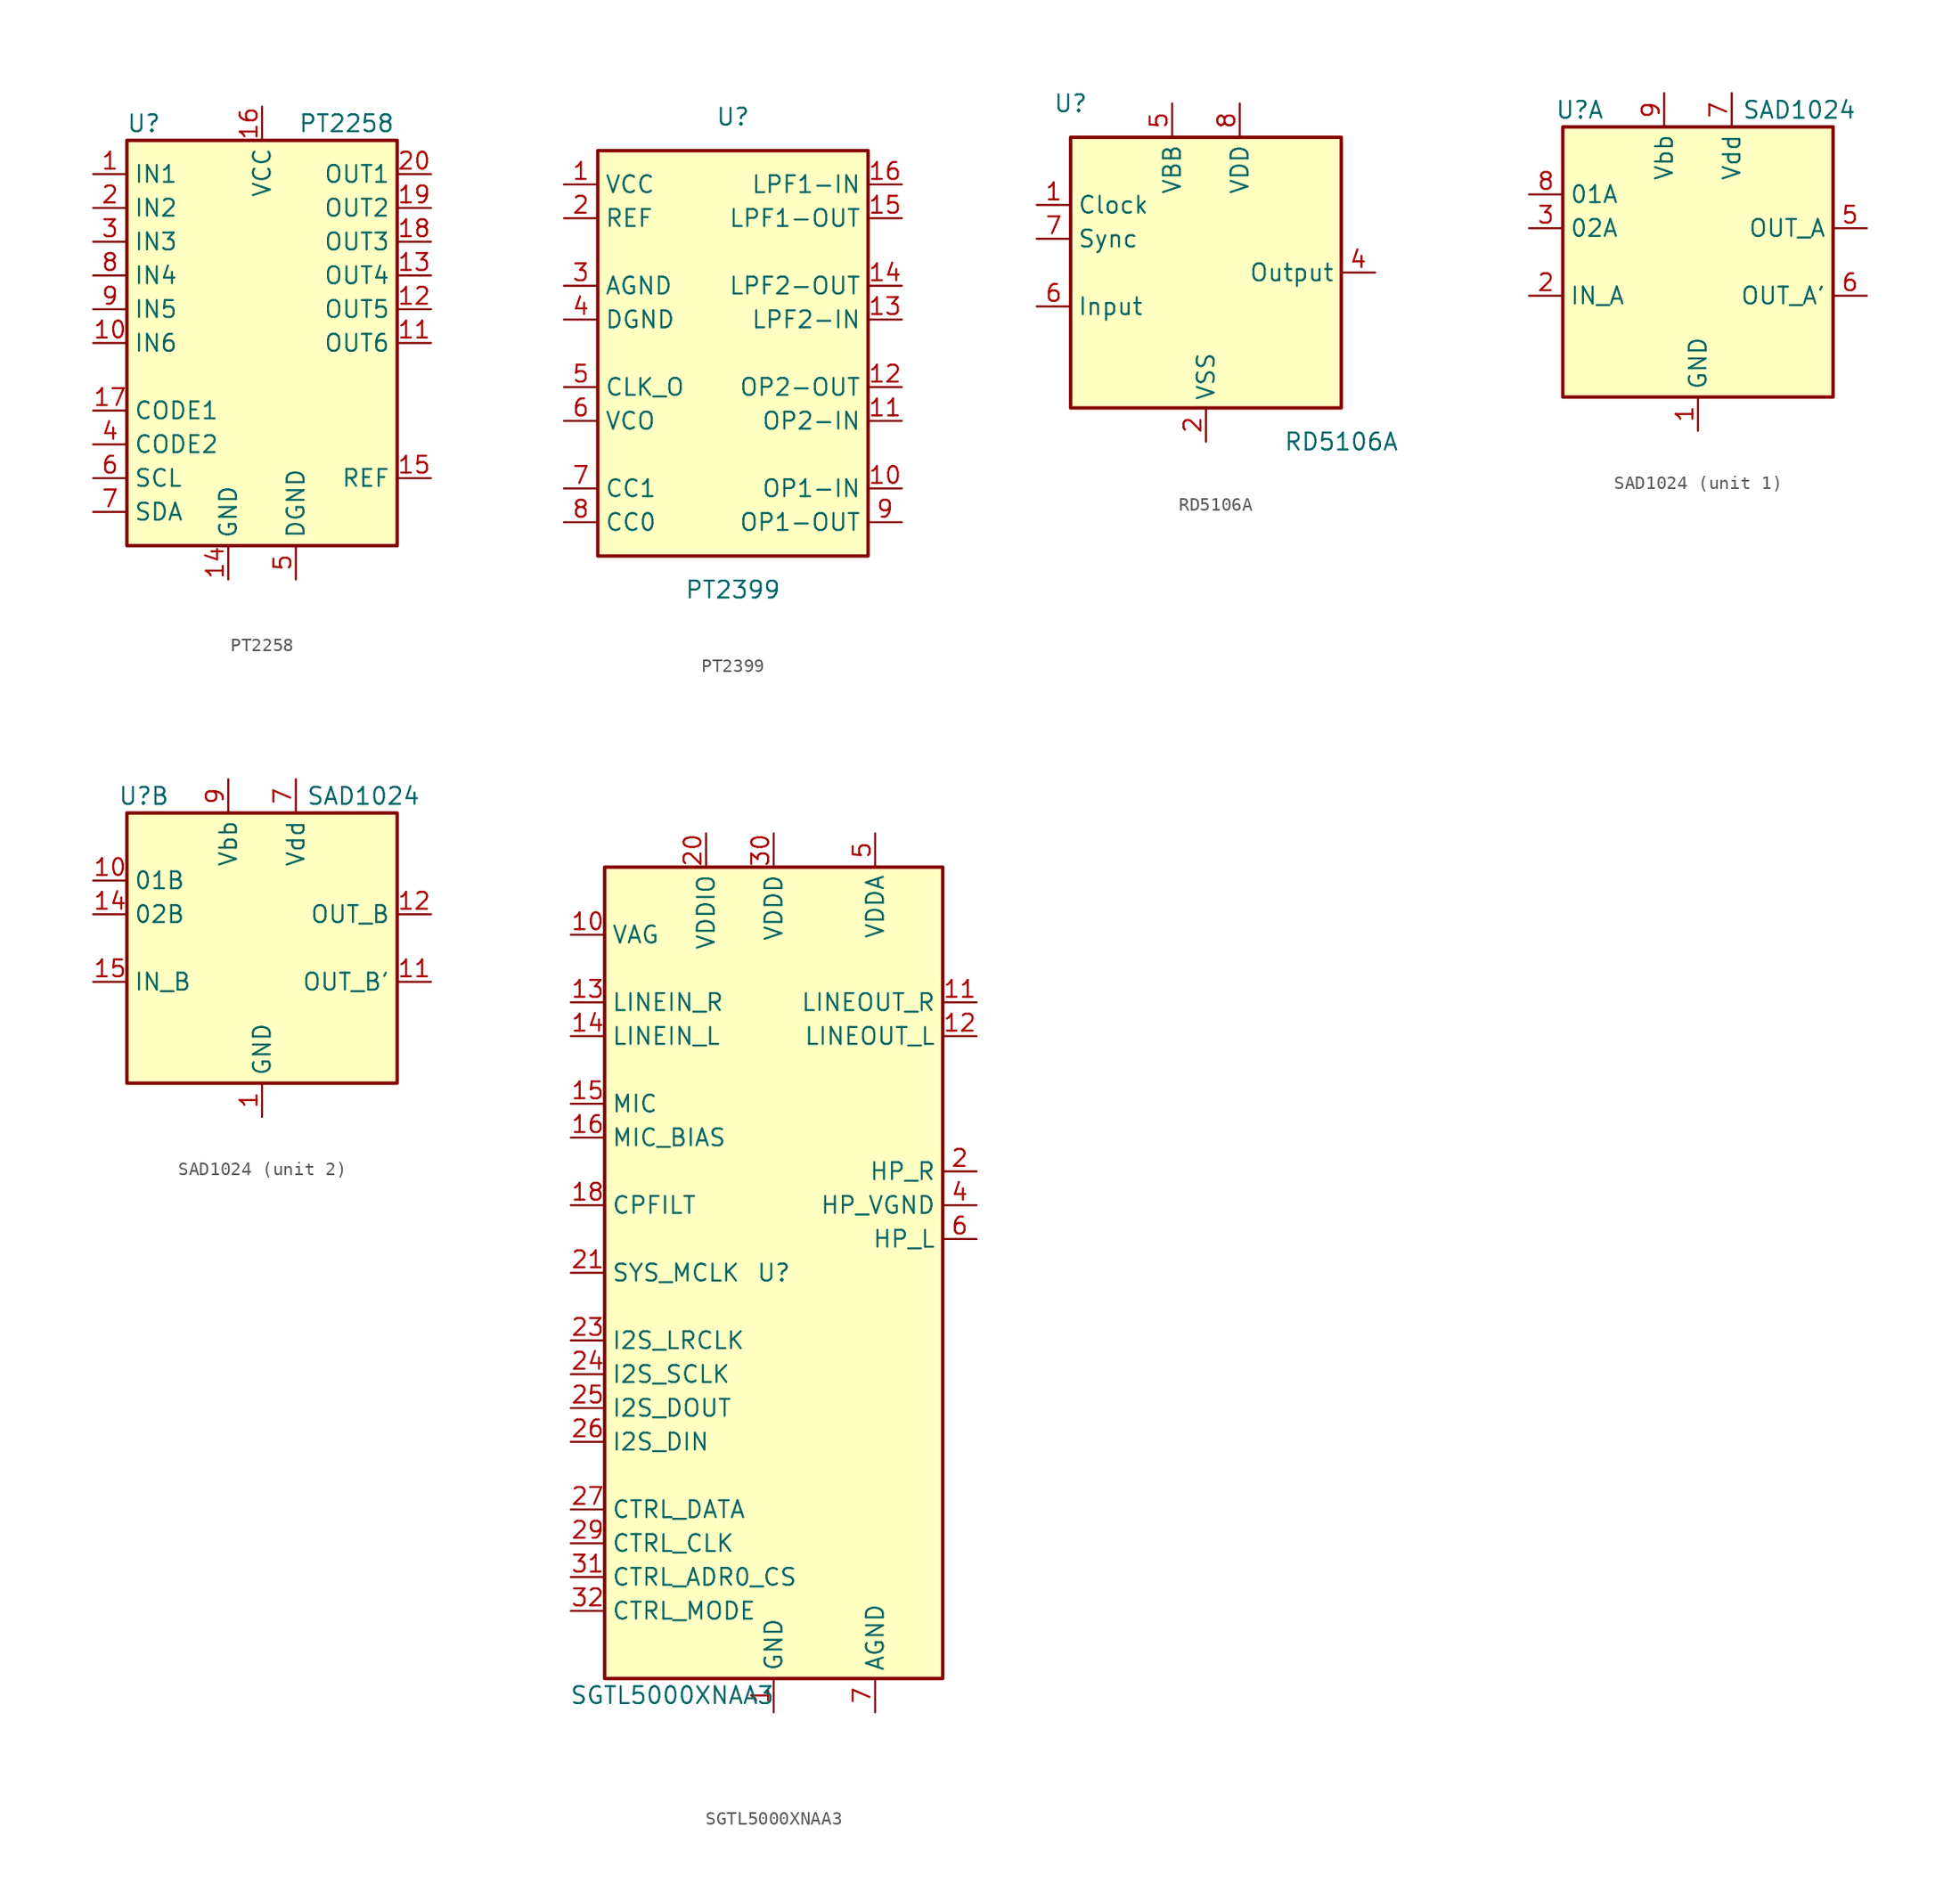
<source format=kicad_sym>
(kicad_symbol_lib
  (version 20241209)
  (generator "kicad_symbol_editor")
  (generator_version "9.0")
  (symbol "PT2258"
    (property "Reference" "U"
      (at -8.89 16.51 0)
      (effects (font (size 1.27 1.27))))
    (property "Value" "PT2258"
      (at 6.35 16.51 0)
      (effects (font (size 1.27 1.27))))
    (symbol "PT2258_0_1"
      (rectangle (start -10.16 15.24) (end 10.16 -15.24) (stroke (width 0.254) (type solid)) (fill (type background))))
    (symbol "PT2258_1_1"
      (pin input line (at -12.7 12.7 0) (length 2.54) (name "IN1" (effects (font (size 1.27 1.27)))) (number "1" (effects (font (size 1.27 1.27)))))
      (pin input line (at -12.7 10.16 0) (length 2.54) (name "IN2" (effects (font (size 1.27 1.27)))) (number "2" (effects (font (size 1.27 1.27)))))
      (pin input line (at -12.7 7.62 0) (length 2.54) (name "IN3" (effects (font (size 1.27 1.27)))) (number "3" (effects (font (size 1.27 1.27)))))
      (pin input line (at -12.7 5.08 0) (length 2.54) (name "IN4" (effects (font (size 1.27 1.27)))) (number "8" (effects (font (size 1.27 1.27)))))
      (pin input line (at -12.7 2.54 0) (length 2.54) (name "IN5" (effects (font (size 1.27 1.27)))) (number "9" (effects (font (size 1.27 1.27)))))
      (pin input line (at -12.7 0 0) (length 2.54) (name "IN6" (effects (font (size 1.27 1.27)))) (number "10" (effects (font (size 1.27 1.27)))))
      (pin input line (at -12.7 -5.08 0) (length 2.54) (name "CODE1" (effects (font (size 1.27 1.27)))) (number "17" (effects (font (size 1.27 1.27)))))
      (pin input line (at -12.7 -7.62 0) (length 2.54) (name "CODE2" (effects (font (size 1.27 1.27)))) (number "4" (effects (font (size 1.27 1.27)))))
      (pin bidirectional line (at -12.7 -10.16 0) (length 2.54) (name "SCL" (effects (font (size 1.27 1.27)))) (number "6" (effects (font (size 1.27 1.27)))))
      (pin bidirectional line (at -12.7 -12.7 0) (length 2.54) (name "SDA" (effects (font (size 1.27 1.27)))) (number "7" (effects (font (size 1.27 1.27)))))
      (pin power_in line (at -2.54 -17.78 90) (length 2.54) (name "GND" (effects (font (size 1.27 1.27)))) (number "14" (effects (font (size 1.27 1.27)))))
      (pin power_in line (at 0 17.78 270) (length 2.54) (name "VCC" (effects (font (size 1.27 1.27)))) (number "16" (effects (font (size 1.27 1.27)))))
      (pin power_in line (at 2.54 -17.78 90) (length 2.54) (name "DGND" (effects (font (size 1.27 1.27)))) (number "5" (effects (font (size 1.27 1.27)))))
      (pin output line (at 12.7 12.7 180) (length 2.54) (name "OUT1" (effects (font (size 1.27 1.27)))) (number "20" (effects (font (size 1.27 1.27)))))
      (pin output line (at 12.7 10.16 180) (length 2.54) (name "OUT2" (effects (font (size 1.27 1.27)))) (number "19" (effects (font (size 1.27 1.27)))))
      (pin output line (at 12.7 7.62 180) (length 2.54) (name "OUT3" (effects (font (size 1.27 1.27)))) (number "18" (effects (font (size 1.27 1.27)))))
      (pin output line (at 12.7 5.08 180) (length 2.54) (name "OUT4" (effects (font (size 1.27 1.27)))) (number "13" (effects (font (size 1.27 1.27)))))
      (pin output line (at 12.7 2.54 180) (length 2.54) (name "OUT5" (effects (font (size 1.27 1.27)))) (number "12" (effects (font (size 1.27 1.27)))))
      (pin output line (at 12.7 0 180) (length 2.54) (name "OUT6" (effects (font (size 1.27 1.27)))) (number "11" (effects (font (size 1.27 1.27)))))
      (pin output line (at 12.7 -10.16 180) (length 2.54) (name "REF" (effects (font (size 1.27 1.27)))) (number "15" (effects (font (size 1.27 1.27)))))))
  (symbol "PT2399"
    (property "Reference" "U"
      (at 0 17.78 0)
      (effects (font (size 1.27 1.27))))
    (property "Value" "PT2399"
      (at 0 -17.78 0)
      (effects (font (size 1.27 1.27))))
    (symbol "PT2399_0_1"
      (rectangle (start -10.16 15.24) (end 10.16 -15.24) (stroke (width 0.254) (type default)) (fill (type background))))
    (symbol "PT2399_1_1"
      (pin power_in line (at -12.7 12.7 0) (length 2.54) (name "VCC" (effects (font (size 1.27 1.27)))) (number "1" (effects (font (size 1.27 1.27)))))
      (pin passive line (at -12.7 10.16 0) (length 2.54) (name "REF" (effects (font (size 1.27 1.27)))) (number "2" (effects (font (size 1.27 1.27)))))
      (pin power_in line (at -12.7 5.08 0) (length 2.54) (name "AGND" (effects (font (size 1.27 1.27)))) (number "3" (effects (font (size 1.27 1.27)))))
      (pin power_in line (at -12.7 2.54 0) (length 2.54) (name "DGND" (effects (font (size 1.27 1.27)))) (number "4" (effects (font (size 1.27 1.27)))))
      (pin passive line (at -12.7 -2.54 0) (length 2.54) (name "CLK_O" (effects (font (size 1.27 1.27)))) (number "5" (effects (font (size 1.27 1.27)))))
      (pin passive line (at -12.7 -5.08 0) (length 2.54) (name "VCO" (effects (font (size 1.27 1.27)))) (number "6" (effects (font (size 1.27 1.27)))))
      (pin passive line (at -12.7 -10.16 0) (length 2.54) (name "CC1" (effects (font (size 1.27 1.27)))) (number "7" (effects (font (size 1.27 1.27)))))
      (pin passive line (at -12.7 -12.7 0) (length 2.54) (name "CC0" (effects (font (size 1.27 1.27)))) (number "8" (effects (font (size 1.27 1.27)))))
      (pin input line (at 12.7 12.7 180) (length 2.54) (name "LPF1-IN" (effects (font (size 1.27 1.27)))) (number "16" (effects (font (size 1.27 1.27)))))
      (pin output line (at 12.7 10.16 180) (length 2.54) (name "LPF1-OUT" (effects (font (size 1.27 1.27)))) (number "15" (effects (font (size 1.27 1.27)))))
      (pin output line (at 12.7 5.08 180) (length 2.54) (name "LPF2-OUT" (effects (font (size 1.27 1.27)))) (number "14" (effects (font (size 1.27 1.27)))))
      (pin input line (at 12.7 2.54 180) (length 2.54) (name "LPF2-IN" (effects (font (size 1.27 1.27)))) (number "13" (effects (font (size 1.27 1.27)))))
      (pin output line (at 12.7 -2.54 180) (length 2.54) (name "OP2-OUT" (effects (font (size 1.27 1.27)))) (number "12" (effects (font (size 1.27 1.27)))))
      (pin input line (at 12.7 -5.08 180) (length 2.54) (name "OP2-IN" (effects (font (size 1.27 1.27)))) (number "11" (effects (font (size 1.27 1.27)))))
      (pin input line (at 12.7 -10.16 180) (length 2.54) (name "OP1-IN" (effects (font (size 1.27 1.27)))) (number "10" (effects (font (size 1.27 1.27)))))
      (pin output line (at 12.7 -12.7 180) (length 2.54) (name "OP1-OUT" (effects (font (size 1.27 1.27)))) (number "9" (effects (font (size 1.27 1.27)))))))
  (symbol "RD5106A"
    (property "Reference" "U"
      (at -10.16 12.7 0)
      (effects (font (size 1.27 1.27))))
    (property "Value" "RD5106A"
      (at 10.16 -12.7 0)
      (effects (font (size 1.27 1.27))))
    (symbol "RD5106A_0_1"
      (rectangle (start -10.16 10.16) (end 10.16 -10.16) (stroke (width 0.254) (type default)) (fill (type background))))
    (symbol "RD5106A_1_1"
      (pin input line (at -12.7 5.08 0) (length 2.54) (name "Clock" (effects (font (size 1.27 1.27)))) (number "1" (effects (font (size 1.27 1.27)))))
      (pin input line (at -12.7 2.54 0) (length 2.54) (name "Sync" (effects (font (size 1.27 1.27)))) (number "7" (effects (font (size 1.27 1.27)))))
      (pin input line (at -12.7 -2.54 0) (length 2.54) (name "Input" (effects (font (size 1.27 1.27)))) (number "6" (effects (font (size 1.27 1.27)))))
      (pin no_connect line (at -10.16 -7.62 0) (length 2.54) (hide yes) (name "NC" (effects (font (size 1.27 1.27)))) (number "3" (effects (font (size 1.27 1.27)))))
      (pin power_in line (at -2.54 12.7 270) (length 2.54) (name "VBB" (effects (font (size 1.27 1.27)))) (number "5" (effects (font (size 1.27 1.27)))))
      (pin power_in line (at 0 -12.7 90) (length 2.54) (name "VSS" (effects (font (size 1.27 1.27)))) (number "2" (effects (font (size 1.27 1.27)))))
      (pin power_in line (at 2.54 12.7 270) (length 2.54) (name "VDD" (effects (font (size 1.27 1.27)))) (number "8" (effects (font (size 1.27 1.27)))))
      (pin output line (at 12.7 0 180) (length 2.54) (name "Output" (effects (font (size 1.27 1.27)))) (number "4" (effects (font (size 1.27 1.27)))))))
  (symbol "SAD1024"
    (property "Reference" "U"
      (at -8.89 11.43 0)
      (effects (font (size 1.27 1.27))))
    (property "Value" "SAD1024"
      (at 7.62 11.43 0)
      (effects (font (size 1.27 1.27))))
    (symbol "SAD1024_0_1"
      (rectangle (start -10.16 10.16) (end 10.16 -10.16) (stroke (width 0.254) (type default)) (fill (type background)))
      (pin no_connect line (at -7.62 -10.16 90) (length 2.54) (hide yes) (name "NC" (effects (font (size 1.27 1.27)))) (number "4" (effects (font (size 1.27 1.27)))))
      (pin no_connect line (at -5.08 -10.16 90) (length 2.54) (hide yes) (name "NC" (effects (font (size 1.27 1.27)))) (number "13" (effects (font (size 1.27 1.27)))))
      (pin power_in line (at -2.54 12.7 270) (length 2.54) (name "Vbb" (effects (font (size 1.27 1.27)))) (number "9" (effects (font (size 1.27 1.27)))))
      (pin no_connect line (at -2.54 -10.16 90) (length 2.54) (hide yes) (name "NC" (effects (font (size 1.27 1.27)))) (number "16" (effects (font (size 1.27 1.27)))))
      (pin power_in line (at 0 -12.7 90) (length 2.54) (name "GND" (effects (font (size 1.27 1.27)))) (number "1" (effects (font (size 1.27 1.27)))))
      (pin power_in line (at 2.54 12.7 270) (length 2.54) (name "Vdd" (effects (font (size 1.27 1.27)))) (number "7" (effects (font (size 1.27 1.27))))))
    (symbol "SAD1024_1_1"
      (pin input line (at -12.7 5.08 0) (length 2.54) (name "01A" (effects (font (size 1.27 1.27)))) (number "8" (effects (font (size 1.27 1.27)))))
      (pin input line (at -12.7 2.54 0) (length 2.54) (name "02A" (effects (font (size 1.27 1.27)))) (number "3" (effects (font (size 1.27 1.27)))))
      (pin input line (at -12.7 -2.54 0) (length 2.54) (name "IN_A" (effects (font (size 1.27 1.27)))) (number "2" (effects (font (size 1.27 1.27)))))
      (pin output line (at 12.7 2.54 180) (length 2.54) (name "OUT_A" (effects (font (size 1.27 1.27)))) (number "5" (effects (font (size 1.27 1.27)))))
      (pin output line (at 12.7 -2.54 180) (length 2.54) (name "OUT_A'" (effects (font (size 1.27 1.27)))) (number "6" (effects (font (size 1.27 1.27))))))
    (symbol "SAD1024_2_1"
      (pin input line (at -12.7 5.08 0) (length 2.54) (name "01B" (effects (font (size 1.27 1.27)))) (number "10" (effects (font (size 1.27 1.27)))))
      (pin input line (at -12.7 2.54 0) (length 2.54) (name "02B" (effects (font (size 1.27 1.27)))) (number "14" (effects (font (size 1.27 1.27)))))
      (pin input line (at -12.7 -2.54 0) (length 2.54) (name "IN_B" (effects (font (size 1.27 1.27)))) (number "15" (effects (font (size 1.27 1.27)))))
      (pin output line (at 12.7 2.54 180) (length 2.54) (name "OUT_B" (effects (font (size 1.27 1.27)))) (number "12" (effects (font (size 1.27 1.27)))))
      (pin output line (at 12.7 -2.54 180) (length 2.54) (name "OUT_B'" (effects (font (size 1.27 1.27)))) (number "11" (effects (font (size 1.27 1.27)))))))
  (symbol "SGTL5000XNAA3"
    (property "Reference" "U"
      (at 0 0 0)
      (effects (font (size 1.27 1.27))))
    (property "Value" "SGTL5000XNAA3"
      (at -7.62 -31.75 0)
      (effects (font (size 1.27 1.27))))
    (symbol "SGTL5000XNAA3_0_1"
      (rectangle (start -12.7 30.48) (end 12.7 -30.48) (stroke (width 0.254) (type default)) (fill (type background))))
    (symbol "SGTL5000XNAA3_1_1"
      (pin passive line (at -15.24 25.4 0) (length 2.54) (name "VAG" (effects (font (size 1.27 1.27)))) (number "10" (effects (font (size 1.27 1.27)))))
      (pin input line (at -15.24 20.32 0) (length 2.54) (name "LINEIN_R" (effects (font (size 1.27 1.27)))) (number "13" (effects (font (size 1.27 1.27)))))
      (pin input line (at -15.24 17.78 0) (length 2.54) (name "LINEIN_L" (effects (font (size 1.27 1.27)))) (number "14" (effects (font (size 1.27 1.27)))))
      (pin input line (at -15.24 12.7 0) (length 2.54) (name "MIC" (effects (font (size 1.27 1.27)))) (number "15" (effects (font (size 1.27 1.27)))))
      (pin input line (at -15.24 10.16 0) (length 2.54) (name "MIC_BIAS" (effects (font (size 1.27 1.27)))) (number "16" (effects (font (size 1.27 1.27)))))
      (pin input line (at -15.24 5.08 0) (length 2.54) (name "CPFILT" (effects (font (size 1.27 1.27)))) (number "18" (effects (font (size 1.27 1.27)))))
      (pin input line (at -15.24 0 0) (length 2.54) (name "SYS_MCLK" (effects (font (size 1.27 1.27)))) (number "21" (effects (font (size 1.27 1.27)))))
      (pin input line (at -15.24 -5.08 0) (length 2.54) (name "I2S_LRCLK" (effects (font (size 1.27 1.27)))) (number "23" (effects (font (size 1.27 1.27)))))
      (pin input line (at -15.24 -7.62 0) (length 2.54) (name "I2S_SCLK" (effects (font (size 1.27 1.27)))) (number "24" (effects (font (size 1.27 1.27)))))
      (pin output line (at -15.24 -10.16 0) (length 2.54) (name "I2S_DOUT" (effects (font (size 1.27 1.27)))) (number "25" (effects (font (size 1.27 1.27)))))
      (pin input line (at -15.24 -12.7 0) (length 2.54) (name "I2S_DIN" (effects (font (size 1.27 1.27)))) (number "26" (effects (font (size 1.27 1.27)))))
      (pin input line (at -15.24 -17.78 0) (length 2.54) (name "CTRL_DATA" (effects (font (size 1.27 1.27)))) (number "27" (effects (font (size 1.27 1.27)))))
      (pin input line (at -15.24 -20.32 0) (length 2.54) (name "CTRL_CLK" (effects (font (size 1.27 1.27)))) (number "29" (effects (font (size 1.27 1.27)))))
      (pin input line (at -15.24 -22.86 0) (length 2.54) (name "CTRL_ADR0_CS" (effects (font (size 1.27 1.27)))) (number "31" (effects (font (size 1.27 1.27)))))
      (pin input line (at -15.24 -25.4 0) (length 2.54) (name "CTRL_MODE" (effects (font (size 1.27 1.27)))) (number "32" (effects (font (size 1.27 1.27)))))
      (pin power_in line (at -5.08 33.02 270) (length 2.54) (name "VDDIO" (effects (font (size 1.27 1.27)))) (number "20" (effects (font (size 1.27 1.27)))))
      (pin power_in line (at 0 33.02 270) (length 2.54) (name "VDDD" (effects (font (size 1.27 1.27)))) (number "30" (effects (font (size 1.27 1.27)))))
      (pin power_in line (at 0 -33.02 90) (length 2.54) (name "GND" (effects (font (size 1.27 1.27)))) (number "1" (effects (font (size 1.27 1.27)))))
      (pin passive line (at 0 -33.02 90) (length 2.54) (hide yes) (name "GND" (effects (font (size 1.27 1.27)))) (number "3" (effects (font (size 1.27 1.27)))))
      (pin passive line (at 0 -33.02 90) (length 2.54) (hide yes) (name "GND" (effects (font (size 1.27 1.27)))) (number "33" (effects (font (size 1.27 1.27)))))
      (pin power_in line (at 7.62 33.02 270) (length 2.54) (name "VDDA" (effects (font (size 1.27 1.27)))) (number "5" (effects (font (size 1.27 1.27)))))
      (pin power_in line (at 7.62 -33.02 90) (length 2.54) (name "AGND" (effects (font (size 1.27 1.27)))) (number "7" (effects (font (size 1.27 1.27)))))
      (pin no_connect line (at 10.16 -2.54 0) (length 2.54) (hide yes) (name "NC" (effects (font (size 1.27 1.27)))) (number "19" (effects (font (size 1.27 1.27)))))
      (pin no_connect line (at 10.16 -5.08 0) (length 2.54) (hide yes) (name "NC" (effects (font (size 1.27 1.27)))) (number "22" (effects (font (size 1.27 1.27)))))
      (pin no_connect line (at 10.16 -7.62 0) (length 2.54) (hide yes) (name "NC" (effects (font (size 1.27 1.27)))) (number "28" (effects (font (size 1.27 1.27)))))
      (pin no_connect line (at 10.16 -15.24 0) (length 2.54) (hide yes) (name "NC" (effects (font (size 1.27 1.27)))) (number "8" (effects (font (size 1.27 1.27)))))
      (pin no_connect line (at 10.16 -17.78 0) (length 2.54) (hide yes) (name "NC" (effects (font (size 1.27 1.27)))) (number "9" (effects (font (size 1.27 1.27)))))
      (pin no_connect line (at 10.16 -20.32 0) (length 2.54) (hide yes) (name "NC" (effects (font (size 1.27 1.27)))) (number "17" (effects (font (size 1.27 1.27)))))
      (pin output line (at 15.24 20.32 180) (length 2.54) (name "LINEOUT_R" (effects (font (size 1.27 1.27)))) (number "11" (effects (font (size 1.27 1.27)))))
      (pin output line (at 15.24 17.78 180) (length 2.54) (name "LINEOUT_L" (effects (font (size 1.27 1.27)))) (number "12" (effects (font (size 1.27 1.27)))))
      (pin output line (at 15.24 7.62 180) (length 2.54) (name "HP_R" (effects (font (size 1.27 1.27)))) (number "2" (effects (font (size 1.27 1.27)))))
      (pin power_out line (at 15.24 5.08 180) (length 2.54) (name "HP_VGND" (effects (font (size 1.27 1.27)))) (number "4" (effects (font (size 1.27 1.27)))))
      (pin output line (at 15.24 2.54 180) (length 2.54) (name "HP_L" (effects (font (size 1.27 1.27)))) (number "6" (effects (font (size 1.27 1.27))))))))
</source>
